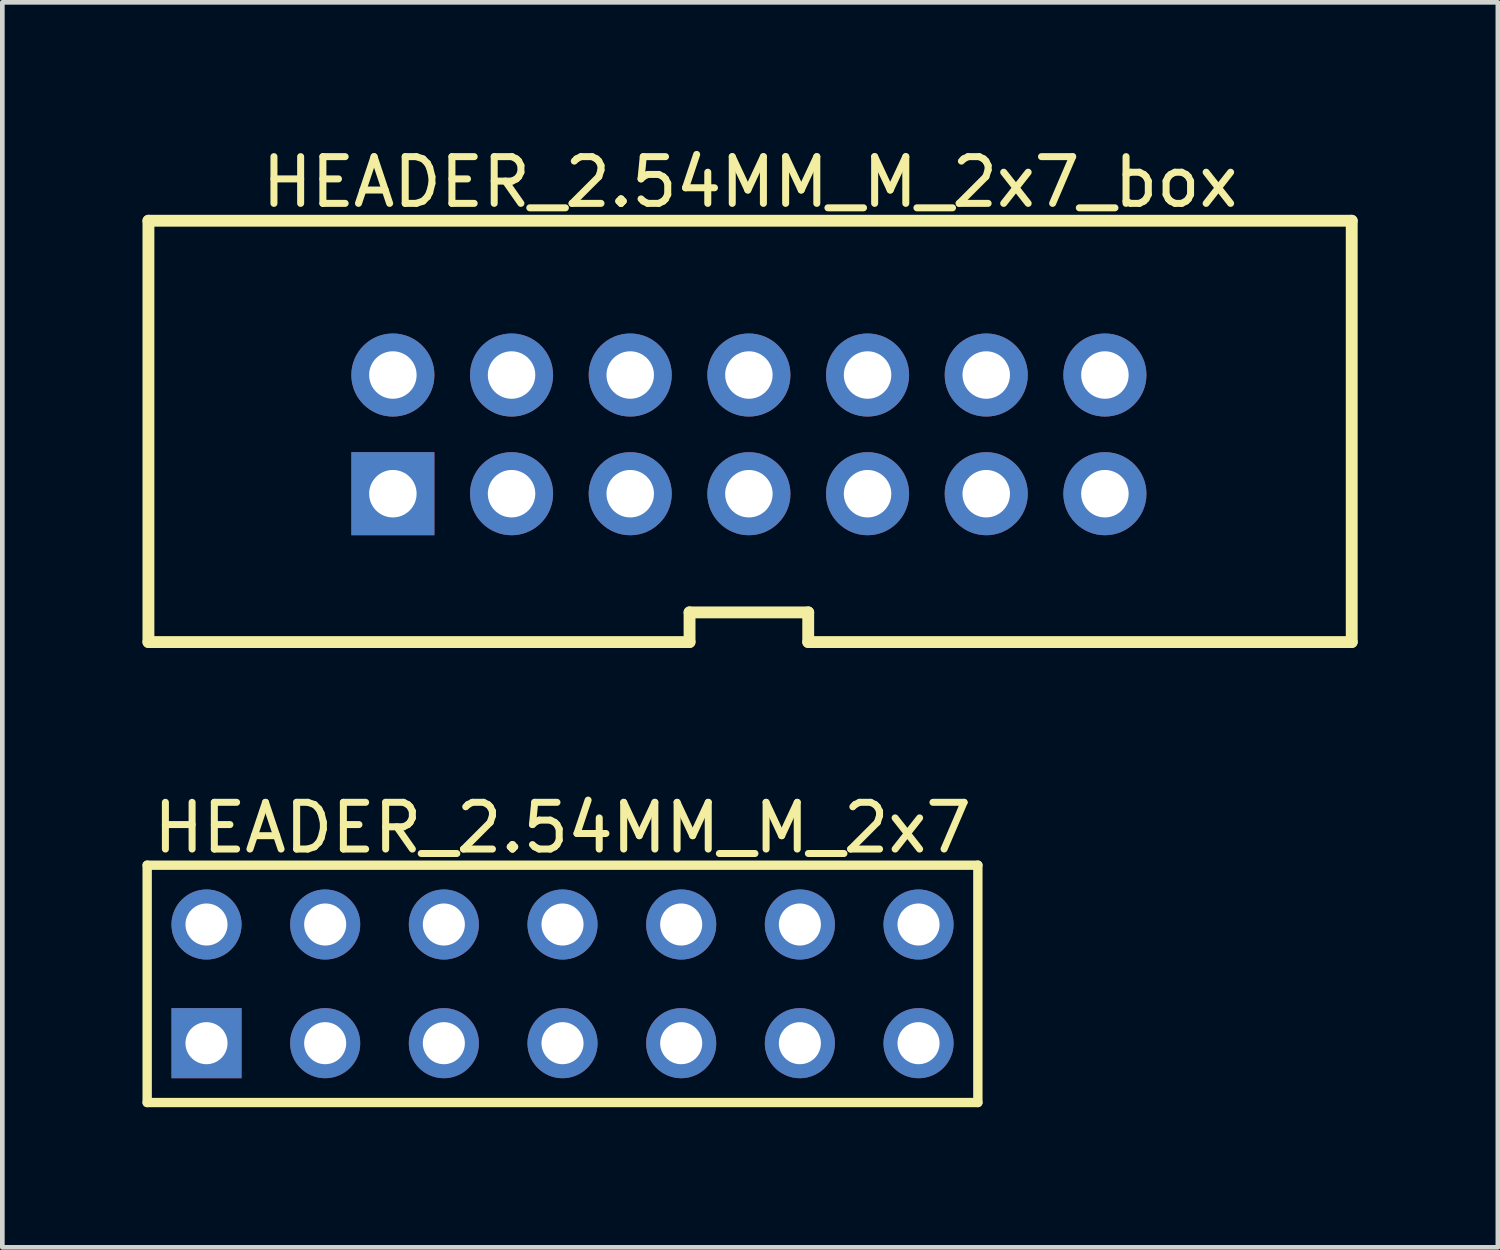
<source format=kicad_pcb>
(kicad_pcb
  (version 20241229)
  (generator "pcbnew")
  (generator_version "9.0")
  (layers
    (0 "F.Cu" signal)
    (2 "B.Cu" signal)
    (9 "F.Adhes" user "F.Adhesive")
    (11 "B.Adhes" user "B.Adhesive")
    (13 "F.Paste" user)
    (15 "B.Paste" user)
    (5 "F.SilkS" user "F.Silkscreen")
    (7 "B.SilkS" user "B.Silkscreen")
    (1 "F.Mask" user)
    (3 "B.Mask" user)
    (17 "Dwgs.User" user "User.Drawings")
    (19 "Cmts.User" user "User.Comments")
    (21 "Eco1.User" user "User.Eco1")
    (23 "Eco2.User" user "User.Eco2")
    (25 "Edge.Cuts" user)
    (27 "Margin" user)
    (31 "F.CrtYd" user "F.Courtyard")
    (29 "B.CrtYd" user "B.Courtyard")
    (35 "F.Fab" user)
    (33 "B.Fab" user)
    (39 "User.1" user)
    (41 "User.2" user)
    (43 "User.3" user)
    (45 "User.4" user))
  (footprint "HEADER_2.54MM_M_2x7_box"
    (layer "F.Cu")
    (at 12.979 6.247)
    (property "Reference" "HEADER_2.54MM_M_2x7_box" (at 0.025 -5.399 0) (layer "F.SilkS") (effects (font (size 1 1) (thickness 0.15))))
    (fp_line (start -12.852 -4.572) (end 12.903 -4.572) (stroke (width 0.254) (type solid)) (layer "F.SilkS"))
    (fp_line (start -12.852 4.445) (end -12.852 -4.572) (stroke (width 0.254) (type solid)) (layer "F.SilkS"))
    (fp_line (start -12.852 4.445) (end -1.27 4.445) (stroke (width 0.254) (type solid)) (layer "F.SilkS"))
    (fp_line (start -1.27 3.81) (end 1.27 3.81) (stroke (width 0.254) (type solid)) (layer "F.SilkS"))
    (fp_line (start -1.27 4.445) (end -1.27 3.81) (stroke (width 0.254) (type solid)) (layer "F.SilkS"))
    (fp_line (start 1.27 4.445) (end 1.27 3.81) (stroke (width 0.254) (type solid)) (layer "F.SilkS"))
    (fp_line (start 1.27 4.445) (end 12.903 4.445) (stroke (width 0.254) (type solid)) (layer "F.SilkS"))
    (fp_line (start 12.903 4.445) (end 12.903 -4.572) (stroke (width 0.254) (type solid)) (layer "F.SilkS"))
    (pad "1" thru_hole rect (at -7.62 1.27) (size 1.778 1.778) (drill 1.016) (layers "*.Cu" "*.Mask"))
    (pad "2" thru_hole circle (at -7.62 -1.27) (size 1.778 1.778) (drill 1.016) (layers "*.Cu" "*.Mask"))
    (pad "3" thru_hole circle (at -5.08 1.27) (size 1.778 1.778) (drill 1.016) (layers "*.Cu" "*.Mask"))
    (pad "4" thru_hole circle (at -5.08 -1.27) (size 1.778 1.778) (drill 1.016) (layers "*.Cu" "*.Mask"))
    (pad "5" thru_hole circle (at -2.54 1.27) (size 1.778 1.778) (drill 1.016) (layers "*.Cu" "*.Mask"))
    (pad "6" thru_hole circle (at -2.54 -1.27) (size 1.778 1.778) (drill 1.016) (layers "*.Cu" "*.Mask"))
    (pad "7" thru_hole circle (at 0 1.27) (size 1.778 1.778) (drill 1.016) (layers "*.Cu" "*.Mask"))
    (pad "8" thru_hole circle (at 0 -1.27) (size 1.778 1.778) (drill 1.016) (layers "*.Cu" "*.Mask"))
    (pad "9" thru_hole circle (at 2.54 1.27) (size 1.778 1.778) (drill 1.016) (layers "*.Cu" "*.Mask"))
    (pad "10" thru_hole circle (at 2.54 -1.27) (size 1.778 1.778) (drill 1.016) (layers "*.Cu" "*.Mask"))
    (pad "11" thru_hole circle (at 5.08 1.27) (size 1.778 1.778) (drill 1.016) (layers "*.Cu" "*.Mask"))
    (pad "12" thru_hole circle (at 5.08 -1.27) (size 1.778 1.778) (drill 1.016) (layers "*.Cu" "*.Mask"))
    (pad "13" thru_hole circle (at 7.62 1.27) (size 1.778 1.778) (drill 1.016) (layers "*.Cu" "*.Mask"))
    (pad "14" thru_hole circle (at 7.62 -1.27) (size 1.778 1.778) (drill 1.016) (layers "*.Cu" "*.Mask")))
  (footprint "HEADER_2.54MM_M_2x7"
    (layer "F.Cu")
    (at 8.99 18.008)
    (property "Reference" "HEADER_2.54MM_M_2x7" (at 0 -3.34 0) (layer "F.SilkS") (effects (font (size 1 1) (thickness 0.15))))
    (fp_line (start -8.89 -2.54) (end 8.89 -2.54) (stroke (width 0.2) (type solid)) (layer "F.SilkS"))
    (fp_line (start -8.89 2.54) (end -8.89 -2.54) (stroke (width 0.2) (type solid)) (layer "F.SilkS"))
    (fp_line (start -8.89 2.54) (end 8.89 2.54) (stroke (width 0.2) (type solid)) (layer "F.SilkS"))
    (fp_line (start 8.89 2.54) (end 8.89 -2.54) (stroke (width 0.2) (type solid)) (layer "F.SilkS"))
    (pad "1" thru_hole rect (at -7.62 1.27) (size 1.5 1.5) (drill 0.9) (layers "*.Cu" "*.Mask"))
    (pad "2" thru_hole circle (at -7.62 -1.27) (size 1.5 1.5) (drill 0.9) (layers "*.Cu" "*.Mask"))
    (pad "3" thru_hole circle (at -5.08 1.27) (size 1.5 1.5) (drill 0.9) (layers "*.Cu" "*.Mask"))
    (pad "4" thru_hole circle (at -5.08 -1.27) (size 1.5 1.5) (drill 0.9) (layers "*.Cu" "*.Mask"))
    (pad "5" thru_hole circle (at -2.54 1.27) (size 1.5 1.5) (drill 0.9) (layers "*.Cu" "*.Mask"))
    (pad "6" thru_hole circle (at -2.54 -1.27) (size 1.5 1.5) (drill 0.9) (layers "*.Cu" "*.Mask"))
    (pad "7" thru_hole circle (at 0 1.27) (size 1.5 1.5) (drill 0.9) (layers "*.Cu" "*.Mask"))
    (pad "8" thru_hole circle (at 0 -1.27) (size 1.5 1.5) (drill 0.9) (layers "*.Cu" "*.Mask"))
    (pad "9" thru_hole circle (at 2.54 1.27) (size 1.5 1.5) (drill 0.9) (layers "*.Cu" "*.Mask"))
    (pad "10" thru_hole circle (at 2.54 -1.27) (size 1.5 1.5) (drill 0.9) (layers "*.Cu" "*.Mask"))
    (pad "11" thru_hole circle (at 5.08 1.27) (size 1.5 1.5) (drill 0.9) (layers "*.Cu" "*.Mask"))
    (pad "12" thru_hole circle (at 5.08 -1.27) (size 1.5 1.5) (drill 0.9) (layers "*.Cu" "*.Mask"))
    (pad "13" thru_hole circle (at 7.62 1.27) (size 1.5 1.5) (drill 0.9) (layers "*.Cu" "*.Mask"))
    (pad "14" thru_hole circle (at 7.62 -1.27) (size 1.5 1.5) (drill 0.9) (layers "*.Cu" "*.Mask")))
  (gr_rect
    (start -3 -3)
    (end 29.01 23.648)
    (stroke (width 0.1) (type default))
    (fill no)
    (layer "Edge.Cuts")))
</source>
